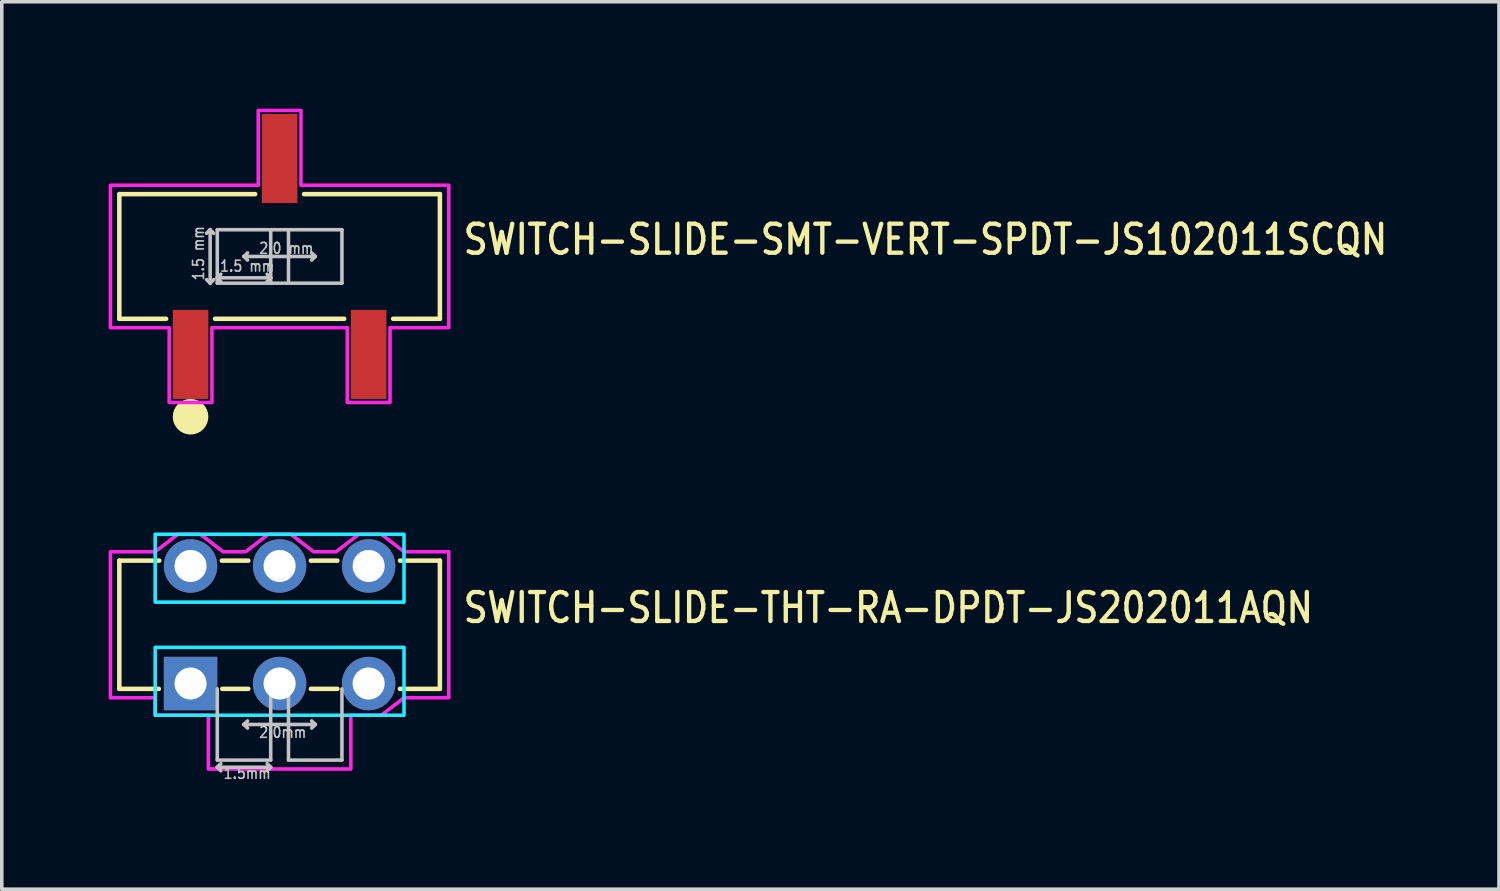
<source format=kicad_pcb>
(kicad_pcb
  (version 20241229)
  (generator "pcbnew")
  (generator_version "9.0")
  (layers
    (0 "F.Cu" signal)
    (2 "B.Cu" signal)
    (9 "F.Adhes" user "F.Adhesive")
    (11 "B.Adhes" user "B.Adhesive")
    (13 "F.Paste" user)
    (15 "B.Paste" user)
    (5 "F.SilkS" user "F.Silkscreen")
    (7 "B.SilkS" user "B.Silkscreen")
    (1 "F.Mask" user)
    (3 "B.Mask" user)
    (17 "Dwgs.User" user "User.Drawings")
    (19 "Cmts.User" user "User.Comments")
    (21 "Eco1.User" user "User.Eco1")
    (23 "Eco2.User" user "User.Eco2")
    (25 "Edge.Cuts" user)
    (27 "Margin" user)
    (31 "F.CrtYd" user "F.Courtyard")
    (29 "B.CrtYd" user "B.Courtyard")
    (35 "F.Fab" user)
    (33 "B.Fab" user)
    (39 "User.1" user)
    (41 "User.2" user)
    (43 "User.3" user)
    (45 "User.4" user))
  (footprint "SWITCH-SLIDE-SMT-VERT-SPDT-JS102011SCQN"
    (layer "F.Cu")
    (at 4.8 4.15)
    (property "Reference" "SWITCH-SLIDE-SMT-VERT-SPDT-JS102011SCQN" (at 5.096 0 0) (unlocked yes) (layer "F.SilkS") (effects (font (size 0.813 0.695) (thickness 0.122)) (justify left bottom)))
    (fp_line (start -4.5 -1.75) (end -4.5 1.75) (stroke (width 0.127) (type solid)) (layer "F.SilkS"))
    (fp_line (start -4.5 1.75) (end -3.187 1.75) (stroke (width 0.127) (type solid)) (layer "F.SilkS"))
    (fp_line (start -1.813 1.75) (end 1.813 1.75) (stroke (width 0.127) (type solid)) (layer "F.SilkS"))
    (fp_line (start -0.686 -1.75) (end -4.5 -1.75) (stroke (width 0.127) (type solid)) (layer "F.SilkS"))
    (fp_line (start 0.686 -1.75) (end 4.5 -1.75) (stroke (width 0.127) (type solid)) (layer "F.SilkS"))
    (fp_line (start 4.5 -1.75) (end 4.5 1.75) (stroke (width 0.127) (type solid)) (layer "F.SilkS"))
    (fp_line (start 4.5 1.75) (end 3.187 1.75) (stroke (width 0.127) (type solid)) (layer "F.SilkS"))
    (fp_circle (center -2.5 4.5) (end -2.5 4.5) (stroke (width 0.5) (type solid)) (fill no) (layer "F.SilkS"))
    (fp_line (start -1.95 -0.75) (end -2.05 -0.65) (stroke (width 0.1) (type solid)) (layer "Dwgs.User"))
    (fp_line (start -1.95 -0.75) (end -1.95 0.75) (stroke (width 0.1) (type solid)) (layer "Dwgs.User"))
    (fp_line (start -1.95 0.75) (end -2.05 0.65) (stroke (width 0.1) (type solid)) (layer "Dwgs.User"))
    (fp_line (start -1.95 0.75) (end -1.85 0.65) (stroke (width 0.1) (type solid)) (layer "Dwgs.User"))
    (fp_line (start -1.85 -0.65) (end -1.95 -0.75) (stroke (width 0.1) (type solid)) (layer "Dwgs.User"))
    (fp_line (start -1.75 -0.75) (end -0.25 -0.75) (stroke (width 0.1) (type solid)) (layer "Dwgs.User"))
    (fp_line (start -1.75 0.6) (end -1.75 -0.75) (stroke (width 0.1) (type solid)) (layer "Dwgs.User"))
    (fp_line (start -1.75 0.6) (end -1.65 0.5) (stroke (width 0.1) (type solid)) (layer "Dwgs.User"))
    (fp_line (start -1.75 0.6) (end -1.65 0.7) (stroke (width 0.1) (type solid)) (layer "Dwgs.User"))
    (fp_line (start -1.75 0.6) (end -0.25 0.6) (stroke (width 0.1) (type solid)) (layer "Dwgs.User"))
    (fp_line (start -1.75 0.75) (end -1.75 0.6) (stroke (width 0.1) (type solid)) (layer "Dwgs.User"))
    (fp_line (start -1 0) (end -0.9 -0.1) (stroke (width 0.1) (type solid)) (layer "Dwgs.User"))
    (fp_line (start -1 0) (end -0.9 0.1) (stroke (width 0.1) (type solid)) (layer "Dwgs.User"))
    (fp_line (start -0.25 -0.75) (end -0.25 0.6) (stroke (width 0.1) (type solid)) (layer "Dwgs.User"))
    (fp_line (start -0.25 -0.75) (end 0.25 -0.75) (stroke (width 0.1) (type solid)) (layer "Dwgs.User"))
    (fp_line (start -0.25 0.6) (end -0.35 0.5) (stroke (width 0.1) (type solid)) (layer "Dwgs.User"))
    (fp_line (start -0.25 0.6) (end -0.35 0.7) (stroke (width 0.1) (type solid)) (layer "Dwgs.User"))
    (fp_line (start -0.25 0.6) (end -0.25 0.75) (stroke (width 0.1) (type solid)) (layer "Dwgs.User"))
    (fp_line (start -0.25 0.75) (end -1.75 0.75) (stroke (width 0.1) (type solid)) (layer "Dwgs.User"))
    (fp_line (start 0.25 -0.75) (end 0.25 0.75) (stroke (width 0.1) (type solid)) (layer "Dwgs.User"))
    (fp_line (start 0.25 -0.75) (end 1.75 -0.75) (stroke (width 0.1) (type solid)) (layer "Dwgs.User"))
    (fp_line (start 0.25 0.75) (end -0.25 0.75) (stroke (width 0.1) (type solid)) (layer "Dwgs.User"))
    (fp_line (start 1 0) (end -1 0) (stroke (width 0.1) (type solid)) (layer "Dwgs.User"))
    (fp_line (start 1 0) (end 0.9 -0.1) (stroke (width 0.1) (type solid)) (layer "Dwgs.User"))
    (fp_line (start 1 0) (end 0.9 0.1) (stroke (width 0.1) (type solid)) (layer "Dwgs.User"))
    (fp_line (start 1.75 -0.75) (end 1.75 0.75) (stroke (width 0.1) (type solid)) (layer "Dwgs.User"))
    (fp_line (start 1.75 0.75) (end 0.25 0.75) (stroke (width 0.1) (type solid)) (layer "Dwgs.User"))
    (fp_poly (pts (xy -4.75 -2) (xy -0.6 -2) (xy -0.6 -4.1) (xy 0.6 -4.1) (xy 0.6 -2) (xy 4.75 -2) (xy 4.75 2) (xy 3.1 2) (xy 3.1 4.1) (xy 1.9 4.1) (xy 1.9 2) (xy -1.9 2) (xy -1.9 4.1) (xy -3.1 4.1) (xy -3.1 2) (xy -4.75 2)) (stroke (width 0.1) (type solid)) (fill no) (layer "F.CrtYd"))
    (fp_text user "1.5 mm" (at -2.1 0.7 90) (unlocked yes) (layer "Dwgs.User") (effects (font (size 0.305 0.261) (thickness 0.046)) (justify left bottom)))
    (fp_text user "1.5 mm" (at -1.7 0.45 0) (unlocked yes) (layer "Dwgs.User") (effects (font (size 0.305 0.261) (thickness 0.046)) (justify left bottom)))
    (fp_text user "2.0 mm" (at -0.6 -0.05 0) (unlocked yes) (layer "Dwgs.User") (effects (font (size 0.305 0.261) (thickness 0.046)) (justify left bottom)))
    (pad "P$1" smd rect (at -2.5 2.75) (size 1 2.5) (layers "F.Cu" "F.Mask" "F.Paste"))
    (pad "P$2" smd rect (at 0 -2.75) (size 1 2.5) (layers "F.Cu" "F.Mask" "F.Paste"))
    (pad "P$3" smd rect (at 2.5 2.75) (size 1 2.5) (layers "F.Cu" "F.Mask" "F.Paste")))
  (footprint "SWITCH-SLIDE-THT-RA-DPDT-JS202011AQN"
    (layer "F.Cu")
    (at 4.8 14.49)
    (property "Reference" "SWITCH-SLIDE-THT-RA-DPDT-JS202011AQN" (at 5.096 0 0) (unlocked yes) (layer "F.SilkS") (effects (font (size 0.813 0.695) (thickness 0.122)) (justify left bottom)))
    (fp_line (start -4.5 -1.8) (end -4.5 1.8) (stroke (width 0.127) (type solid)) (layer "F.SilkS"))
    (fp_line (start -4.5 1.8) (end -3.39 1.8) (stroke (width 0.127) (type solid)) (layer "F.SilkS"))
    (fp_line (start -3.378 -1.8) (end -4.5 -1.8) (stroke (width 0.127) (type solid)) (layer "F.SilkS"))
    (fp_line (start -1.609 1.8) (end -0.878 1.8) (stroke (width 0.127) (type solid)) (layer "F.SilkS"))
    (fp_line (start -0.878 -1.8) (end -1.622 -1.8) (stroke (width 0.127) (type solid)) (layer "F.SilkS"))
    (fp_line (start 1.622 -1.8) (end 0.878 -1.8) (stroke (width 0.127) (type solid)) (layer "F.SilkS"))
    (fp_line (start 1.622 1.8) (end 0.878 1.8) (stroke (width 0.127) (type solid)) (layer "F.SilkS"))
    (fp_line (start 3.378 -1.8) (end 4.5 -1.8) (stroke (width 0.127) (type solid)) (layer "F.SilkS"))
    (fp_line (start 4.5 -1.8) (end 4.5 1.8) (stroke (width 0.127) (type solid)) (layer "F.SilkS"))
    (fp_line (start 4.5 1.8) (end 3.378 1.8) (stroke (width 0.127) (type solid)) (layer "F.SilkS"))
    (fp_line (start -1.75 3.8) (end -1.75 1.8) (stroke (width 0.1) (type solid)) (layer "Dwgs.User"))
    (fp_line (start -1.75 4) (end -1.65 3.9) (stroke (width 0.1) (type solid)) (layer "Dwgs.User"))
    (fp_line (start -1.75 4) (end -1.65 4.1) (stroke (width 0.1) (type solid)) (layer "Dwgs.User"))
    (fp_line (start -1.75 4) (end -0.25 4) (stroke (width 0.1) (type solid)) (layer "Dwgs.User"))
    (fp_line (start -1 2.8) (end -0.9 2.7) (stroke (width 0.1) (type solid)) (layer "Dwgs.User"))
    (fp_line (start -1 2.8) (end -0.9 2.9) (stroke (width 0.1) (type solid)) (layer "Dwgs.User"))
    (fp_line (start -1 2.8) (end 1 2.8) (stroke (width 0.1) (type solid)) (layer "Dwgs.User"))
    (fp_line (start -0.25 1.8) (end -0.25 3.8) (stroke (width 0.1) (type solid)) (layer "Dwgs.User"))
    (fp_line (start -0.25 3.8) (end -1.75 3.8) (stroke (width 0.1) (type solid)) (layer "Dwgs.User"))
    (fp_line (start -0.25 4) (end -0.35 3.9) (stroke (width 0.1) (type solid)) (layer "Dwgs.User"))
    (fp_line (start -0.25 4) (end -0.35 4.1) (stroke (width 0.1) (type solid)) (layer "Dwgs.User"))
    (fp_line (start 0.25 3.8) (end 0.25 1.8) (stroke (width 0.1) (type solid)) (layer "Dwgs.User"))
    (fp_line (start 1 2.8) (end 0.9 2.7) (stroke (width 0.1) (type solid)) (layer "Dwgs.User"))
    (fp_line (start 1 2.8) (end 0.9 2.9) (stroke (width 0.1) (type solid)) (layer "Dwgs.User"))
    (fp_line (start 1.75 1.8) (end 1.75 3.8) (stroke (width 0.1) (type solid)) (layer "Dwgs.User"))
    (fp_line (start 1.75 3.8) (end 0.25 3.8) (stroke (width 0.1) (type solid)) (layer "Dwgs.User"))
    (fp_poly (pts (xy -3.493 -2.54) (xy 3.493 -2.54) (xy 3.493 -0.635) (xy -3.493 -0.635)) (stroke (width 0.1) (type solid)) (fill no) (layer "B.CrtYd"))
    (fp_poly (pts (xy -3.493 0.635) (xy 3.493 0.635) (xy 3.493 2.54) (xy -3.493 2.54)) (stroke (width 0.1) (type solid)) (fill no) (layer "B.CrtYd"))
    (fp_poly (pts (xy -4.75 -2.05) (xy -3.493 -2.05) (xy -2.857 -2.54) (xy -2.223 -2.54) (xy -1.587 -2.05) (xy -0.953 -2.05) (xy -0.318 -2.54) (xy 0.318 -2.54) (xy 0.953 -2.05) (xy 1.587 -2.05) (xy 2.223 -2.54) (xy 2.857 -2.54) (xy 3.493 -2.05) (xy 4.75 -2.05) (xy 4.75 2.05) (xy 3.493 2.05) (xy 2.857 2.54) (xy 2 2.54) (xy 2 4.05) (xy -2 4.05) (xy -2 2.54) (xy -3.493 2.54) (xy -3.493 2.05) (xy -4.75 2.05)) (stroke (width 0.1) (type solid)) (fill no) (layer "F.CrtYd"))
    (fp_text user "2.0mm" (at -0.6 3.2 0) (unlocked yes) (layer "Dwgs.User") (effects (font (size 0.305 0.261) (thickness 0.046)) (justify left bottom)))
    (fp_text user "1.5mm" (at -1.6 4.35 0) (unlocked yes) (layer "Dwgs.User") (effects (font (size 0.305 0.261) (thickness 0.046)) (justify left bottom)))
    (pad "P$1" thru_hole rect (at -2.5 1.65) (size 1.5 1.5) (drill 0.9) (layers "*.Cu" "*.Mask"))
    (pad "P$2" thru_hole oval (at 0 1.65) (size 1.5 1.5) (drill 0.9) (layers "*.Cu" "*.Mask"))
    (pad "P$3" thru_hole oval (at 2.5 1.65) (size 1.5 1.5) (drill 0.9) (layers "*.Cu" "*.Mask"))
    (pad "P$4" thru_hole oval (at -2.5 -1.65) (size 1.5 1.5) (drill 0.9) (layers "*.Cu" "*.Mask"))
    (pad "P$5" thru_hole oval (at 0 -1.65) (size 1.5 1.5) (drill 0.9) (layers "*.Cu" "*.Mask"))
    (pad "P$6" thru_hole oval (at 2.5 -1.65) (size 1.5 1.5) (drill 0.9) (layers "*.Cu" "*.Mask")))
  (gr_rect
    (start -3 -3)
    (end 39.034 21.915)
    (stroke (width 0.1) (type default))
    (fill no)
    (layer "Edge.Cuts")))
</source>
